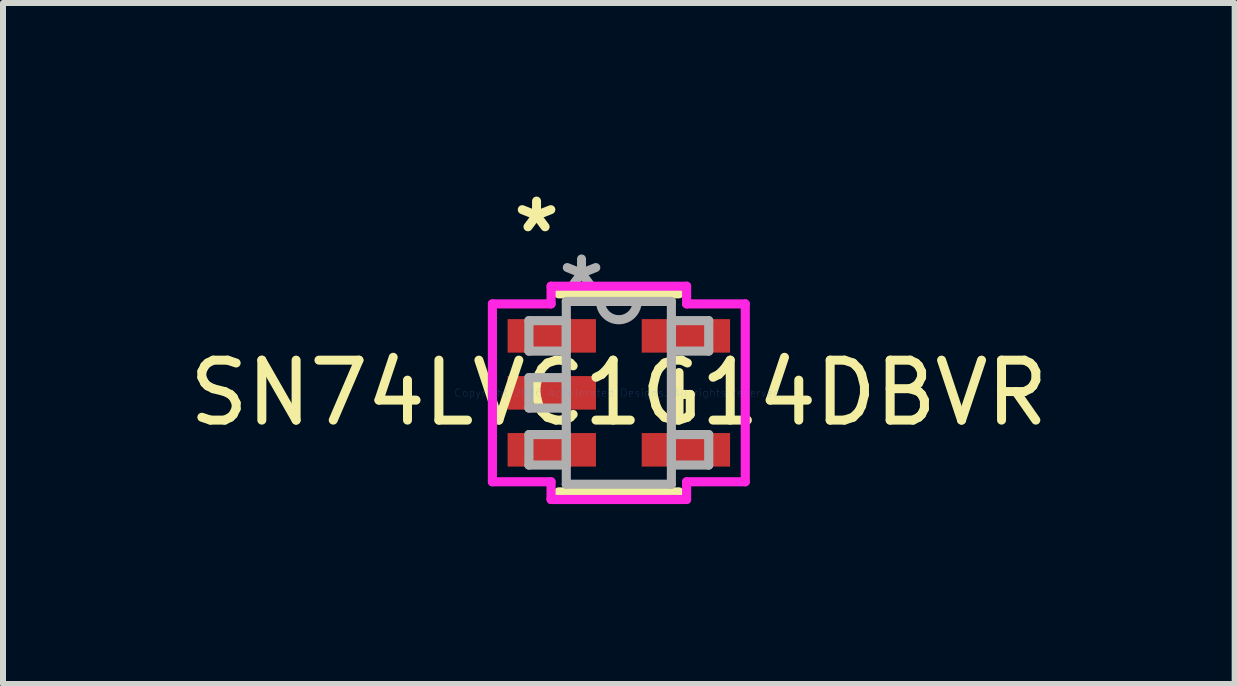
<source format=kicad_pcb>
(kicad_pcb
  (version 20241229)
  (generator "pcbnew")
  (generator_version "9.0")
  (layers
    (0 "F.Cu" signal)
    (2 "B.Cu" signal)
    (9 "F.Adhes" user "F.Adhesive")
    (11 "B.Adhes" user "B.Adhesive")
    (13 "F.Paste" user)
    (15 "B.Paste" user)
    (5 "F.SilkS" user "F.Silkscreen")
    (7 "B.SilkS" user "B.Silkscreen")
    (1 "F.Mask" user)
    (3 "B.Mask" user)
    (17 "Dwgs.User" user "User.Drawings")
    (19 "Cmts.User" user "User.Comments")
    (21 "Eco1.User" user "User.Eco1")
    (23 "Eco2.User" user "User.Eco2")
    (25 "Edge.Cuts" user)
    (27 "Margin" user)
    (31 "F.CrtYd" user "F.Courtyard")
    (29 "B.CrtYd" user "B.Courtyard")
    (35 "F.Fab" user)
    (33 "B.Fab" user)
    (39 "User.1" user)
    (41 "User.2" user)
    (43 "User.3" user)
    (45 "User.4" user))
  (footprint "SN74LVC1G14DBVR"
    (layer "F.Cu")
    (at 7.268 3.5)
    (property "Reference" "SN74LVC1G14DBVR" (at 0 0 0) (layer "F.SilkS") (effects (font (size 1 1) (thickness 0.15))))
    (attr through_hole)
    (fp_line (start -1.003 1.651) (end 1.003 1.651) (stroke (width 0.152) (type solid)) (layer "F.SilkS"))
    (fp_line (start 1.003 -1.651) (end -1.003 -1.651) (stroke (width 0.152) (type solid)) (layer "F.SilkS"))
    (fp_line (start 1.003 0.338) (end 1.003 -0.338) (stroke (width 0.152) (type solid)) (layer "F.SilkS"))
    (fp_line (start -2.108 -1.483) (end -1.13 -1.483) (stroke (width 0.152) (type solid)) (layer "F.CrtYd"))
    (fp_line (start -2.108 1.483) (end -2.108 -1.483) (stroke (width 0.152) (type solid)) (layer "F.CrtYd"))
    (fp_line (start -1.13 -1.778) (end 1.13 -1.778) (stroke (width 0.152) (type solid)) (layer "F.CrtYd"))
    (fp_line (start -1.13 -1.483) (end -1.13 -1.778) (stroke (width 0.152) (type solid)) (layer "F.CrtYd"))
    (fp_line (start -1.13 1.483) (end -2.108 1.483) (stroke (width 0.152) (type solid)) (layer "F.CrtYd"))
    (fp_line (start -1.13 1.778) (end -1.13 1.483) (stroke (width 0.152) (type solid)) (layer "F.CrtYd"))
    (fp_line (start 1.13 -1.778) (end 1.13 -1.483) (stroke (width 0.152) (type solid)) (layer "F.CrtYd"))
    (fp_line (start 1.13 -1.483) (end 2.108 -1.483) (stroke (width 0.152) (type solid)) (layer "F.CrtYd"))
    (fp_line (start 1.13 1.483) (end 1.13 1.778) (stroke (width 0.152) (type solid)) (layer "F.CrtYd"))
    (fp_line (start 1.13 1.778) (end -1.13 1.778) (stroke (width 0.152) (type solid)) (layer "F.CrtYd"))
    (fp_line (start 2.108 -1.483) (end 2.108 1.483) (stroke (width 0.152) (type solid)) (layer "F.CrtYd"))
    (fp_line (start 2.108 1.483) (end 1.13 1.483) (stroke (width 0.152) (type solid)) (layer "F.CrtYd"))
    (fp_line (start -1.499 -1.204) (end -1.499 -0.696) (stroke (width 0.152) (type solid)) (layer "F.Fab"))
    (fp_line (start -1.499 -0.696) (end -0.876 -0.696) (stroke (width 0.152) (type solid)) (layer "F.Fab"))
    (fp_line (start -1.499 -0.254) (end -1.499 0.254) (stroke (width 0.152) (type solid)) (layer "F.Fab"))
    (fp_line (start -1.499 0.254) (end -0.876 0.254) (stroke (width 0.152) (type solid)) (layer "F.Fab"))
    (fp_line (start -1.499 0.696) (end -1.499 1.204) (stroke (width 0.152) (type solid)) (layer "F.Fab"))
    (fp_line (start -1.499 1.204) (end -0.876 1.204) (stroke (width 0.152) (type solid)) (layer "F.Fab"))
    (fp_line (start -0.876 -1.524) (end -0.876 1.524) (stroke (width 0.152) (type solid)) (layer "F.Fab"))
    (fp_line (start -0.876 -1.204) (end -1.499 -1.204) (stroke (width 0.152) (type solid)) (layer "F.Fab"))
    (fp_line (start -0.876 -0.696) (end -0.876 -1.204) (stroke (width 0.152) (type solid)) (layer "F.Fab"))
    (fp_line (start -0.876 -0.254) (end -1.499 -0.254) (stroke (width 0.152) (type solid)) (layer "F.Fab"))
    (fp_line (start -0.876 0.254) (end -0.876 -0.254) (stroke (width 0.152) (type solid)) (layer "F.Fab"))
    (fp_line (start -0.876 0.696) (end -1.499 0.696) (stroke (width 0.152) (type solid)) (layer "F.Fab"))
    (fp_line (start -0.876 1.204) (end -0.876 0.696) (stroke (width 0.152) (type solid)) (layer "F.Fab"))
    (fp_line (start -0.876 1.524) (end 0.876 1.524) (stroke (width 0.152) (type solid)) (layer "F.Fab"))
    (fp_line (start 0.876 -1.524) (end -0.876 -1.524) (stroke (width 0.152) (type solid)) (layer "F.Fab"))
    (fp_line (start 0.876 -1.204) (end 0.876 -0.696) (stroke (width 0.152) (type solid)) (layer "F.Fab"))
    (fp_line (start 0.876 -0.696) (end 1.499 -0.696) (stroke (width 0.152) (type solid)) (layer "F.Fab"))
    (fp_line (start 0.876 0.696) (end 0.876 1.204) (stroke (width 0.152) (type solid)) (layer "F.Fab"))
    (fp_line (start 0.876 1.204) (end 1.499 1.204) (stroke (width 0.152) (type solid)) (layer "F.Fab"))
    (fp_line (start 0.876 1.524) (end 0.876 -1.524) (stroke (width 0.152) (type solid)) (layer "F.Fab"))
    (fp_line (start 1.499 -1.204) (end 0.876 -1.204) (stroke (width 0.152) (type solid)) (layer "F.Fab"))
    (fp_line (start 1.499 -0.696) (end 1.499 -1.204) (stroke (width 0.152) (type solid)) (layer "F.Fab"))
    (fp_line (start 1.499 0.696) (end 0.876 0.696) (stroke (width 0.152) (type solid)) (layer "F.Fab"))
    (fp_line (start 1.499 1.204) (end 1.499 0.696) (stroke (width 0.152) (type solid)) (layer "F.Fab"))
    (fp_arc (start 0.3048 -1.524) (mid 0 -1.2192) (end -0.3048 -1.524) (stroke (width 0.1524) (type solid)) (layer "F.Fab"))
    (fp_text user "*" (at -1.372 -2.652 0) (layer "F.SilkS") (effects (font (size 1 1) (thickness 0.15))))
    (fp_text user "Copyright 2016 Accelerated Designs. All rights reserved." (at 0 0 0) (layer "Cmts.User") (effects (font (size 0.127 0.127) (thickness 0.002))))
    (fp_text user "*" (at -0.622 -1.687 0) (layer "F.Fab") (effects (font (size 1 1) (thickness 0.15))))
    (pad "1" smd rect (at -1.118 -0.95) (size 1.473 0.559) (layers "F.Cu" "F.Mask" "F.Paste"))
    (pad "2" smd rect (at -1.118 0) (size 1.473 0.559) (layers "F.Cu" "F.Mask" "F.Paste"))
    (pad "3" smd rect (at -1.118 0.95) (size 1.473 0.559) (layers "F.Cu" "F.Mask" "F.Paste"))
    (pad "4" smd rect (at 1.118 0.95) (size 1.473 0.559) (layers "F.Cu" "F.Mask" "F.Paste"))
    (pad "5" smd rect (at 1.118 -0.95) (size 1.473 0.559) (layers "F.Cu" "F.Mask" "F.Paste")))
  (gr_rect
    (start -3 -3)
    (end 17.536 8.354)
    (stroke (width 0.1) (type default))
    (fill no)
    (layer "Edge.Cuts")))
</source>
